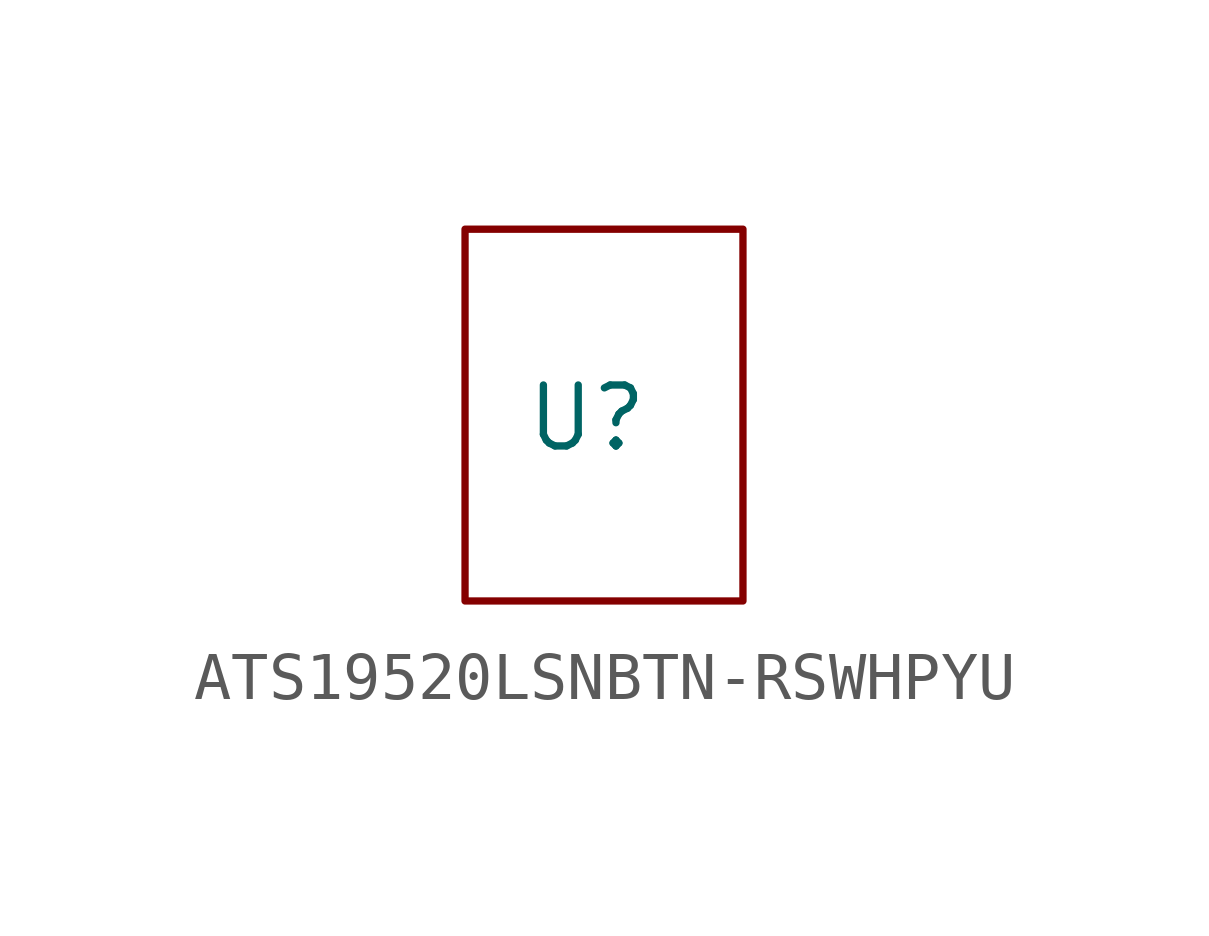
<source format=kicad_sym>
(kicad_symbol_lib
  (version 20231120)
  (generator "kicad_symbol_editor")
  (generator_version "8.0")
  (symbol "ATS19520LSNBTN-RSWHPYU"
    (property "Reference" "U"
      (at 0 0 0)
      (effects (font (size 1.27 1.27))))
    (property "Value" ""
      (at 0 0 0)
      (effects (font (size 1.27 1.27))))
    (symbol "ATS19520LSNBTN-RSWHPYU_0_1"
      (rectangle (start -2.54 -3.81) (end 3.251 3.937) (stroke (width 0) (type default)) (fill (type none))))))
</source>
